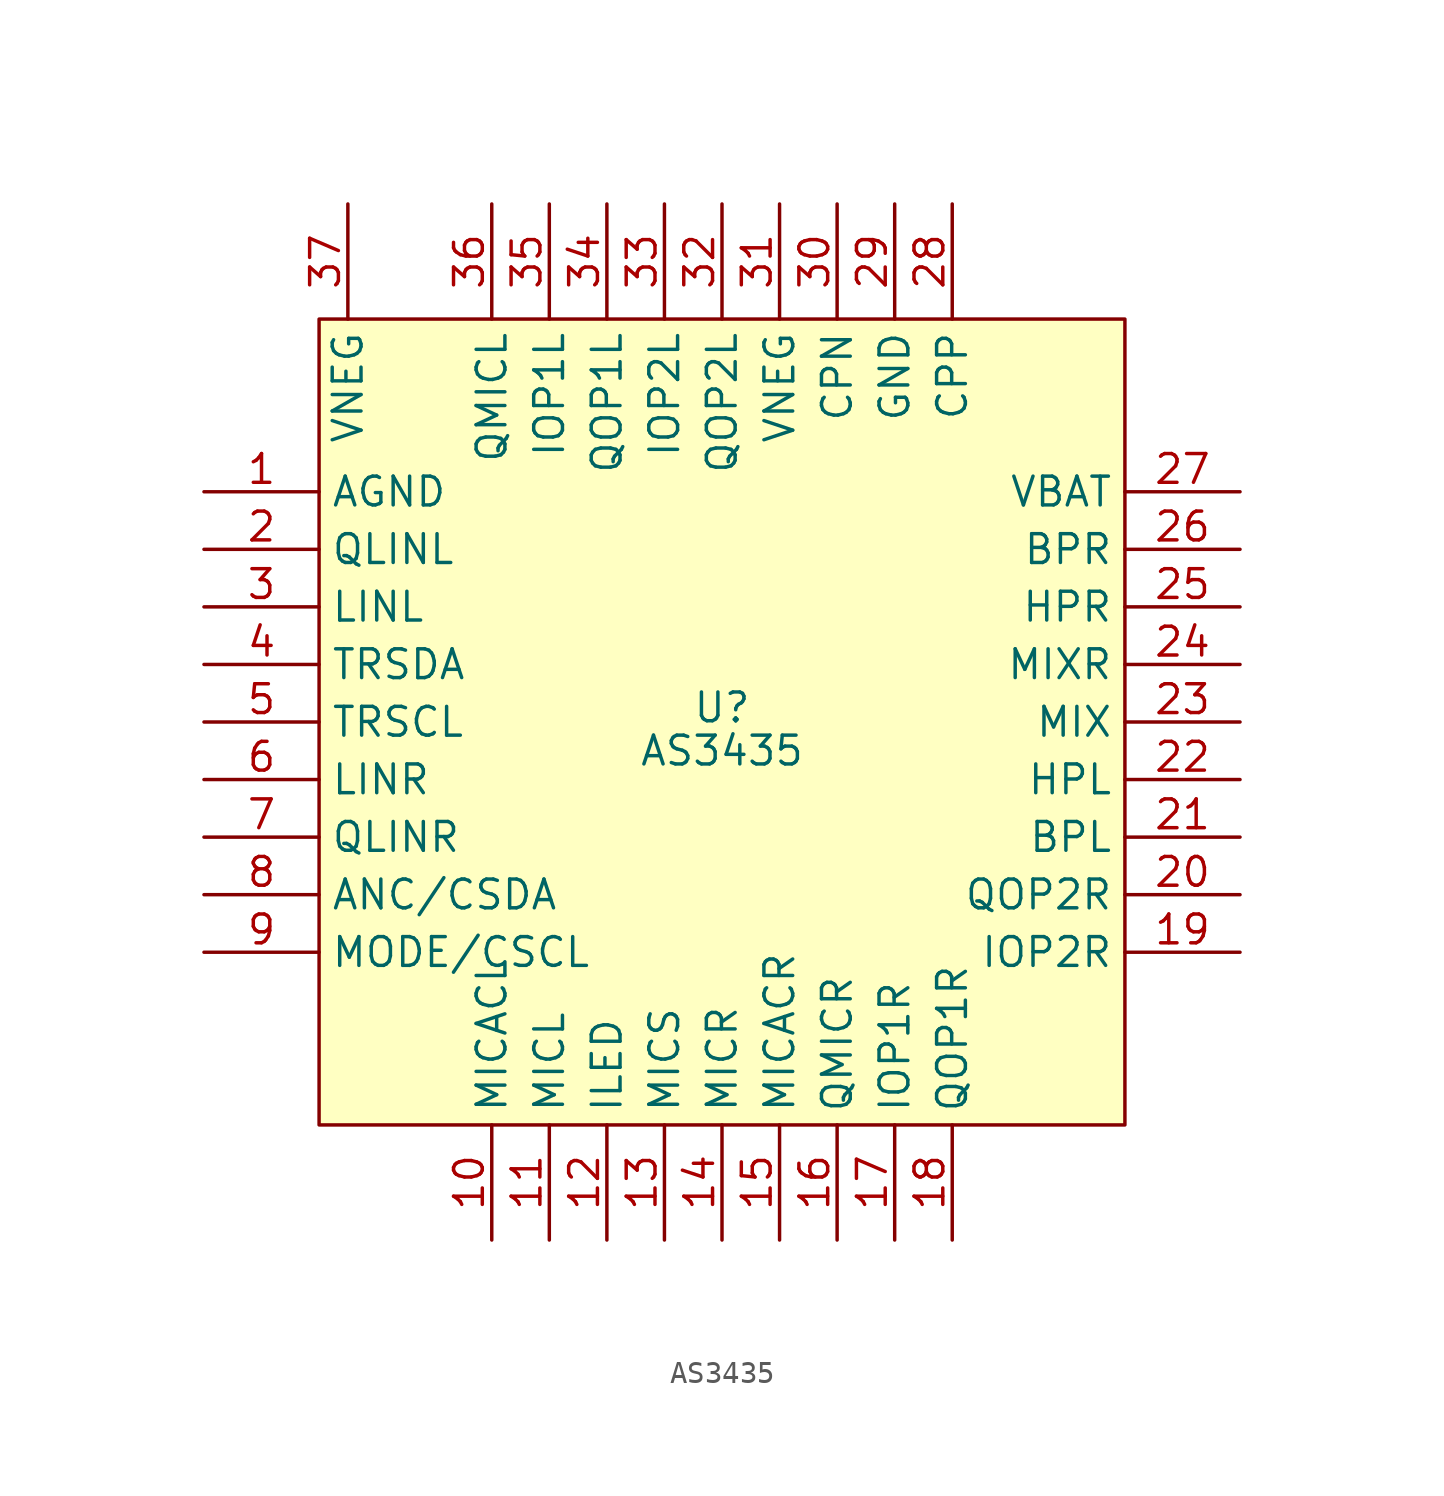
<source format=kicad_sym>
(kicad_symbol_lib
  (version 20220914)
  (generator kicad_symbol_editor)
  (symbol "AS3435"
    (property "Reference" "U"
      (at 0 0.635 0)
      (effects (font (size 1.27 1.27))))
    (property "Value" "AS3435"
      (at 0 -1.27 0)
      (effects (font (size 1.27 1.27))))
    (symbol "AS3435_1_1"
      (rectangle (start -17.78 17.78) (end 17.78 -17.78) (stroke (width 0) (type default)) (fill (type background)))
      (pin output line (at -22.86 10.16 0) (length 5.08) (name "AGND" (effects (font (size 1.27 1.27)))) (number "1" (effects (font (size 1.27 1.27)))))
      (pin output line (at -10.16 -22.86 90) (length 5.08) (name "MICACL" (effects (font (size 1.27 1.27)))) (number "10" (effects (font (size 1.27 1.27)))))
      (pin input line (at -7.62 -22.86 90) (length 5.08) (name "MICL" (effects (font (size 1.27 1.27)))) (number "11" (effects (font (size 1.27 1.27)))))
      (pin input line (at -5.08 -22.86 90) (length 5.08) (name "ILED" (effects (font (size 1.27 1.27)))) (number "12" (effects (font (size 1.27 1.27)))))
      (pin output line (at -2.54 -22.86 90) (length 5.08) (name "MICS" (effects (font (size 1.27 1.27)))) (number "13" (effects (font (size 1.27 1.27)))))
      (pin input line (at 0 -22.86 90) (length 5.08) (name "MICR" (effects (font (size 1.27 1.27)))) (number "14" (effects (font (size 1.27 1.27)))))
      (pin output line (at 2.54 -22.86 90) (length 5.08) (name "MICACR" (effects (font (size 1.27 1.27)))) (number "15" (effects (font (size 1.27 1.27)))))
      (pin output line (at 5.08 -22.86 90) (length 5.08) (name "QMICR" (effects (font (size 1.27 1.27)))) (number "16" (effects (font (size 1.27 1.27)))))
      (pin input line (at 7.62 -22.86 90) (length 5.08) (name "IOP1R" (effects (font (size 1.27 1.27)))) (number "17" (effects (font (size 1.27 1.27)))))
      (pin output line (at 10.16 -22.86 90) (length 5.08) (name "QOP1R" (effects (font (size 1.27 1.27)))) (number "18" (effects (font (size 1.27 1.27)))))
      (pin input line (at 22.86 -10.16 180) (length 5.08) (name "IOP2R" (effects (font (size 1.27 1.27)))) (number "19" (effects (font (size 1.27 1.27)))))
      (pin output line (at -22.86 7.62 0) (length 5.08) (name "QLINL" (effects (font (size 1.27 1.27)))) (number "2" (effects (font (size 1.27 1.27)))))
      (pin output line (at 22.86 -7.62 180) (length 5.08) (name "QOP2R" (effects (font (size 1.27 1.27)))) (number "20" (effects (font (size 1.27 1.27)))))
      (pin input line (at 22.86 -5.08 180) (length 5.08) (name "BPL" (effects (font (size 1.27 1.27)))) (number "21" (effects (font (size 1.27 1.27)))))
      (pin output line (at 22.86 -2.54 180) (length 5.08) (name "HPL" (effects (font (size 1.27 1.27)))) (number "22" (effects (font (size 1.27 1.27)))))
      (pin input line (at 22.86 0 180) (length 5.08) (name "MIX" (effects (font (size 1.27 1.27)))) (number "23" (effects (font (size 1.27 1.27)))))
      (pin input line (at 22.86 2.54 180) (length 5.08) (name "MIXR" (effects (font (size 1.27 1.27)))) (number "24" (effects (font (size 1.27 1.27)))))
      (pin output line (at 22.86 5.08 180) (length 5.08) (name "HPR" (effects (font (size 1.27 1.27)))) (number "25" (effects (font (size 1.27 1.27)))))
      (pin input line (at 22.86 7.62 180) (length 5.08) (name "BPR" (effects (font (size 1.27 1.27)))) (number "26" (effects (font (size 1.27 1.27)))))
      (pin power_in line (at 22.86 10.16 180) (length 5.08) (name "VBAT" (effects (font (size 1.27 1.27)))) (number "27" (effects (font (size 1.27 1.27)))))
      (pin output line (at 10.16 22.86 270) (length 5.08) (name "CPP" (effects (font (size 1.27 1.27)))) (number "28" (effects (font (size 1.27 1.27)))))
      (pin power_in line (at 7.62 22.86 270) (length 5.08) (name "GND" (effects (font (size 1.27 1.27)))) (number "29" (effects (font (size 1.27 1.27)))))
      (pin input line (at -22.86 5.08 0) (length 5.08) (name "LINL" (effects (font (size 1.27 1.27)))) (number "3" (effects (font (size 1.27 1.27)))))
      (pin output line (at 5.08 22.86 270) (length 5.08) (name "CPN" (effects (font (size 1.27 1.27)))) (number "30" (effects (font (size 1.27 1.27)))))
      (pin output line (at 2.54 22.86 270) (length 5.08) (name "VNEG" (effects (font (size 1.27 1.27)))) (number "31" (effects (font (size 1.27 1.27)))))
      (pin output line (at 0 22.86 270) (length 5.08) (name "QOP2L" (effects (font (size 1.27 1.27)))) (number "32" (effects (font (size 1.27 1.27)))))
      (pin input line (at -2.54 22.86 270) (length 5.08) (name "IOP2L" (effects (font (size 1.27 1.27)))) (number "33" (effects (font (size 1.27 1.27)))))
      (pin input line (at -5.08 22.86 270) (length 5.08) (name "QOP1L" (effects (font (size 1.27 1.27)))) (number "34" (effects (font (size 1.27 1.27)))))
      (pin output line (at -7.62 22.86 270) (length 5.08) (name "IOP1L" (effects (font (size 1.27 1.27)))) (number "35" (effects (font (size 1.27 1.27)))))
      (pin input line (at -10.16 22.86 270) (length 5.08) (name "QMICL" (effects (font (size 1.27 1.27)))) (number "36" (effects (font (size 1.27 1.27)))))
      (pin input line (at -16.51 22.86 270) (length 5.08) (name "VNEG" (effects (font (size 1.27 1.27)))) (number "37" (effects (font (size 1.27 1.27)))))
      (pin input line (at -22.86 2.54 0) (length 5.08) (name "TRSDA" (effects (font (size 1.27 1.27)))) (number "4" (effects (font (size 1.27 1.27)))))
      (pin input line (at -22.86 0 0) (length 5.08) (name "TRSCL" (effects (font (size 1.27 1.27)))) (number "5" (effects (font (size 1.27 1.27)))))
      (pin input line (at -22.86 -2.54 0) (length 5.08) (name "LINR" (effects (font (size 1.27 1.27)))) (number "6" (effects (font (size 1.27 1.27)))))
      (pin input line (at -22.86 -5.08 0) (length 5.08) (name "QLINR" (effects (font (size 1.27 1.27)))) (number "7" (effects (font (size 1.27 1.27)))))
      (pin input line (at -22.86 -7.62 0) (length 5.08) (name "ANC/CSDA" (effects (font (size 1.27 1.27)))) (number "8" (effects (font (size 1.27 1.27)))))
      (pin input line (at -22.86 -10.16 0) (length 5.08) (name "MODE/CSCL" (effects (font (size 1.27 1.27)))) (number "9" (effects (font (size 1.27 1.27))))))))
</source>
